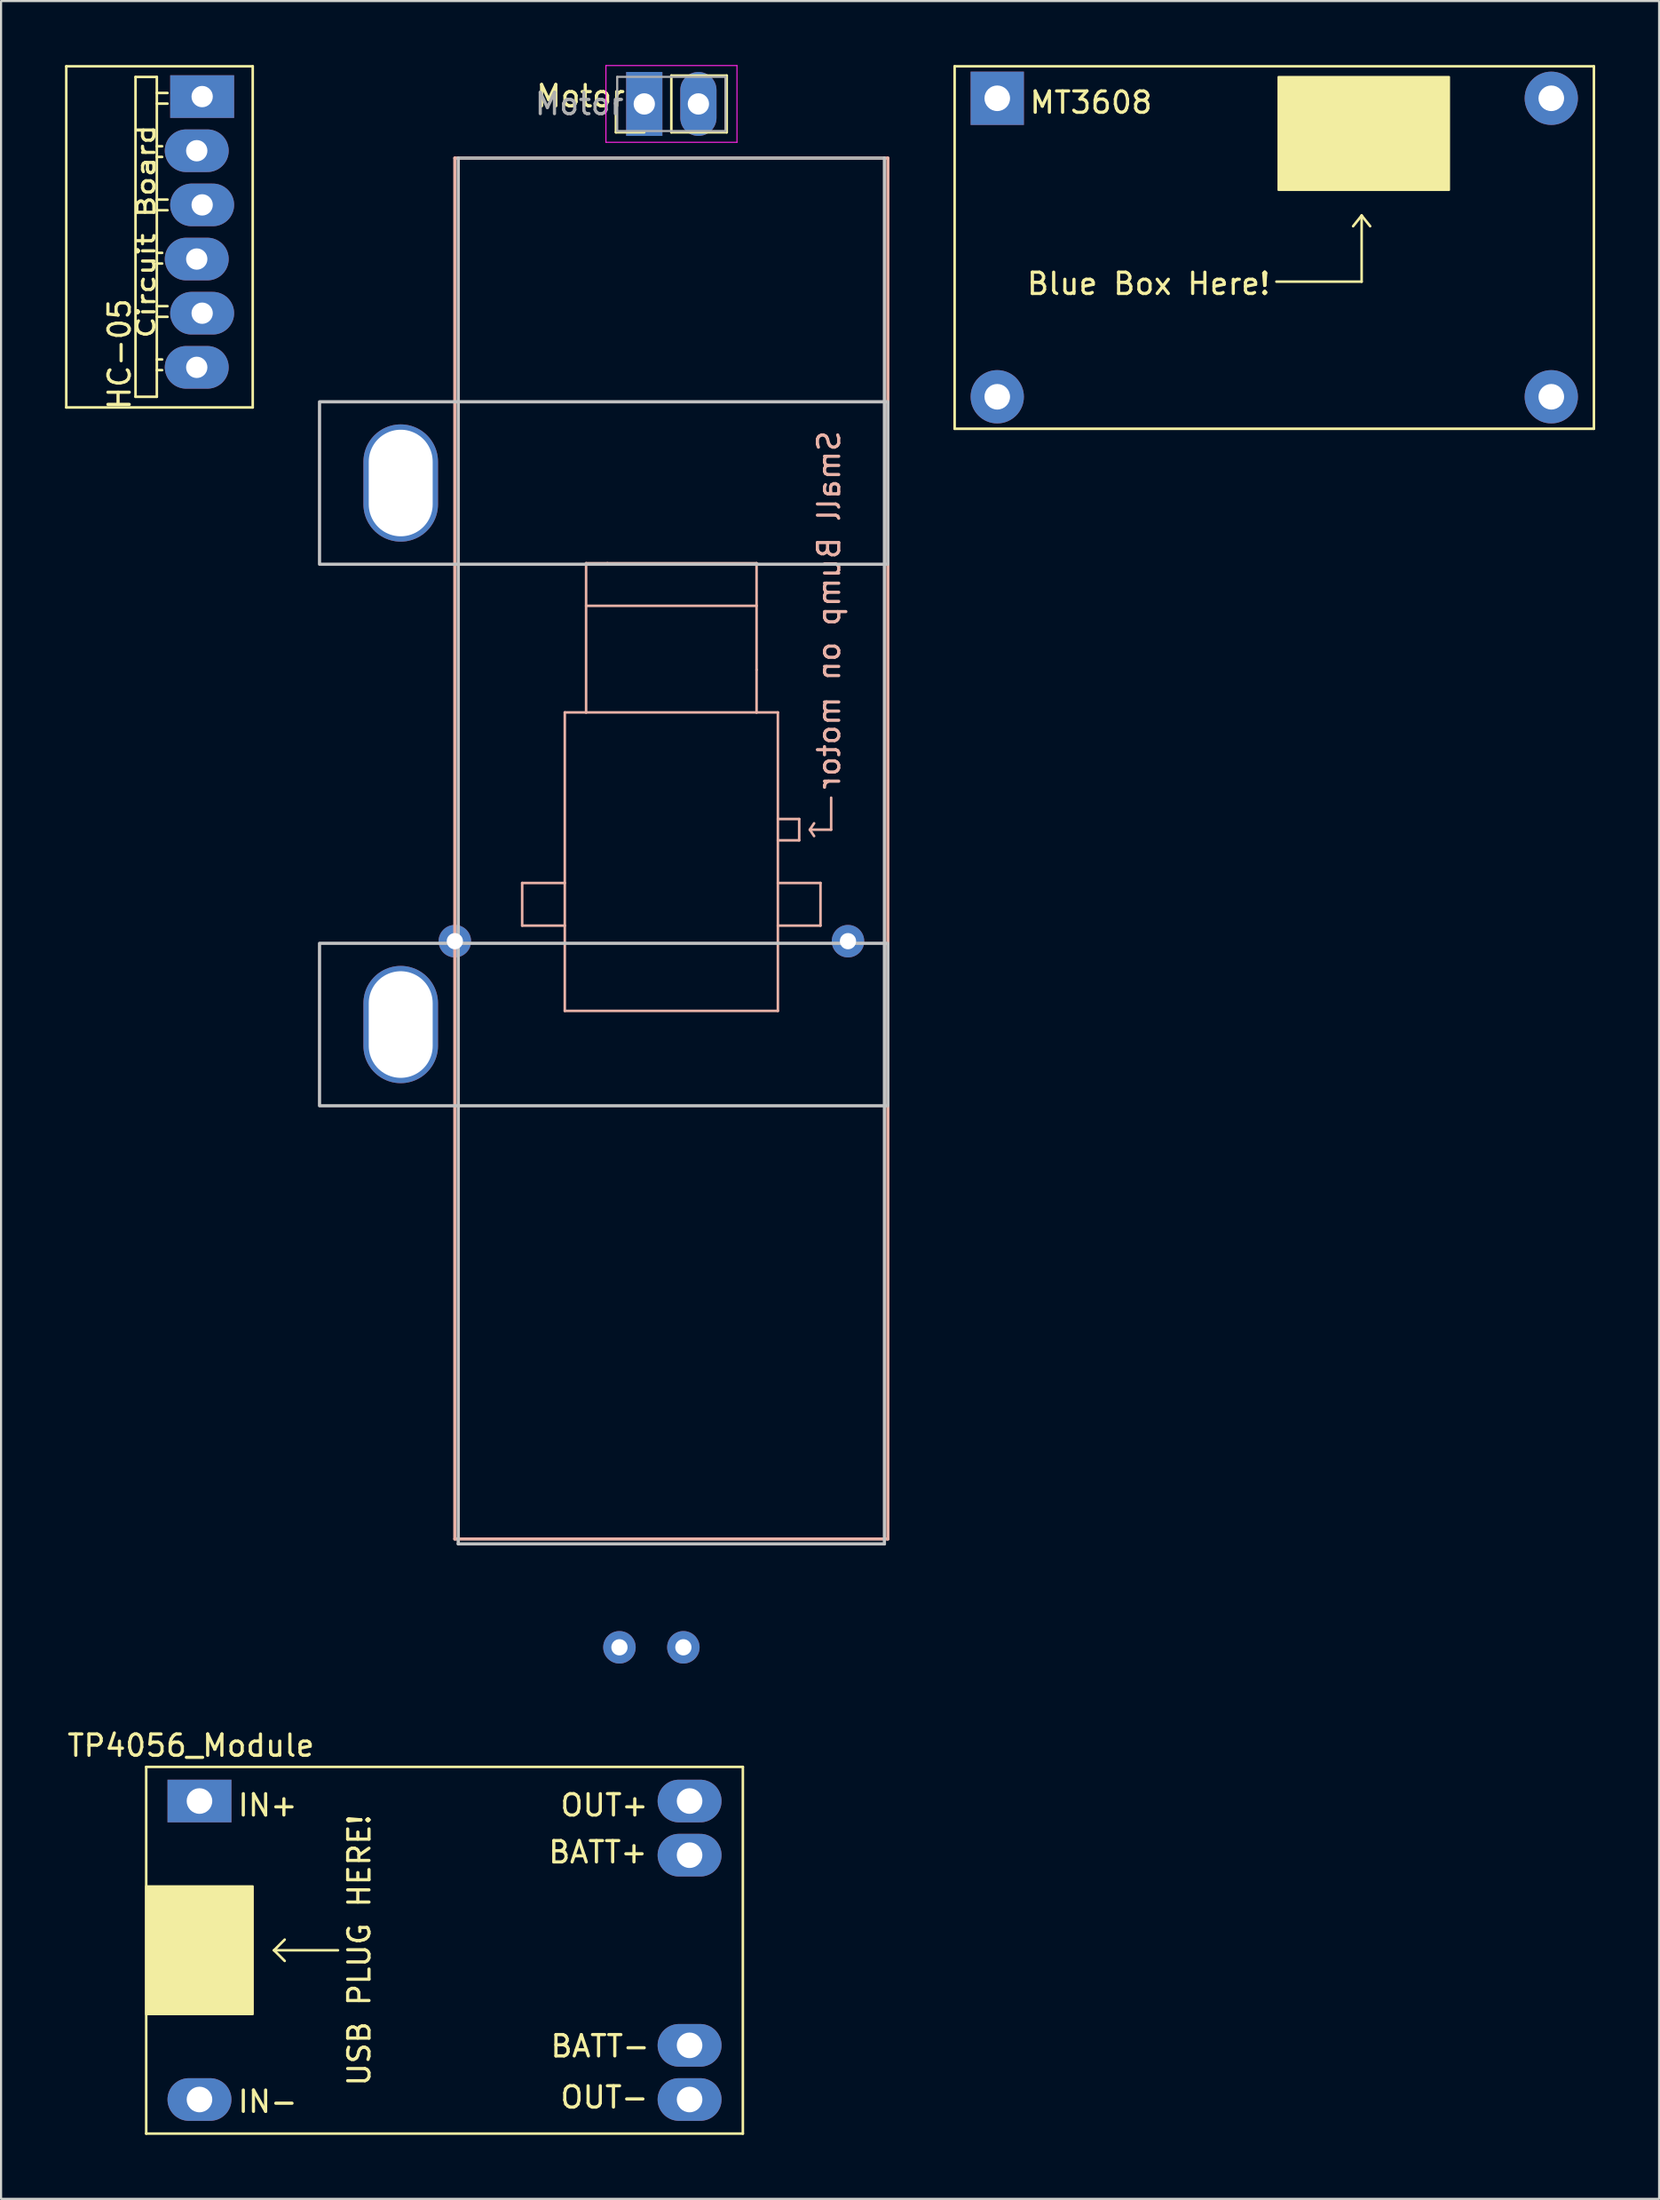
<source format=kicad_pcb>
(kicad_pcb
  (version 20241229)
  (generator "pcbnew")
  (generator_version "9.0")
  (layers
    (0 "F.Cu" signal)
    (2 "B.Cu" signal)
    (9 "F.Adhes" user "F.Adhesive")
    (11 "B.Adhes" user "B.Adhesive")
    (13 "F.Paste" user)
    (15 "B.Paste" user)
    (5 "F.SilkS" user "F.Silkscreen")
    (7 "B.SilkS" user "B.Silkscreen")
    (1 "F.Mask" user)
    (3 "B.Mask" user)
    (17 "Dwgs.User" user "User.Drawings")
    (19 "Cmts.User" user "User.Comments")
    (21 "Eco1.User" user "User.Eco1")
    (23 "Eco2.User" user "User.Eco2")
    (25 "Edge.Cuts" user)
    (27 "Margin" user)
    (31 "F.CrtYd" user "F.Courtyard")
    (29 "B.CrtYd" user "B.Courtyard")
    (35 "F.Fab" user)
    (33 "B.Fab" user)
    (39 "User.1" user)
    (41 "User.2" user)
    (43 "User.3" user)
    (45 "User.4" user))
  (footprint "HC-05"
    (layer "F.Cu")
    (at 6.31 6.56)
    (property "Reference" "HC-05" (at -3.75 7 90) (layer "F.SilkS") (effects (font (size 1 1) (thickness 0.15))))
    (attr through_hole)
    (fp_line (start -6.25 -6.5) (end 2.5 -6.5) (stroke (width 0.12) (type solid)) (layer "F.SilkS"))
    (fp_line (start -6.25 9.5) (end -6.25 -6.5) (stroke (width 0.12) (type solid)) (layer "F.SilkS"))
    (fp_line (start -3 -6) (end -3 9) (stroke (width 0.12) (type solid)) (layer "F.SilkS"))
    (fp_line (start -3 9) (end -2 9) (stroke (width 0.12) (type solid)) (layer "F.SilkS"))
    (fp_line (start -2 -6) (end -3 -6) (stroke (width 0.12) (type solid)) (layer "F.SilkS"))
    (fp_line (start -2 -5.25) (end -1.5 -5.25) (stroke (width 0.12) (type solid)) (layer "F.SilkS"))
    (fp_line (start -2 -4.75) (end -1.5 -4.75) (stroke (width 0.12) (type solid)) (layer "F.SilkS"))
    (fp_line (start -2 -2.75) (end -1.75 -2.75) (stroke (width 0.12) (type solid)) (layer "F.SilkS"))
    (fp_line (start -2 -2.25) (end -1.75 -2.25) (stroke (width 0.12) (type solid)) (layer "F.SilkS"))
    (fp_line (start -2 -0.25) (end -1.5 -0.25) (stroke (width 0.12) (type solid)) (layer "F.SilkS"))
    (fp_line (start -2 0.25) (end -1.5 0.25) (stroke (width 0.12) (type solid)) (layer "F.SilkS"))
    (fp_line (start -2 2.25) (end -1.75 2.25) (stroke (width 0.12) (type solid)) (layer "F.SilkS"))
    (fp_line (start -2 2.75) (end -1.75 2.75) (stroke (width 0.12) (type solid)) (layer "F.SilkS"))
    (fp_line (start -2 4.75) (end -1.5 4.75) (stroke (width 0.12) (type solid)) (layer "F.SilkS"))
    (fp_line (start -2 5.25) (end -1.5 5.25) (stroke (width 0.12) (type solid)) (layer "F.SilkS"))
    (fp_line (start -2 7.25) (end -1.75 7.25) (stroke (width 0.12) (type solid)) (layer "F.SilkS"))
    (fp_line (start -2 7.75) (end -1.75 7.75) (stroke (width 0.12) (type solid)) (layer "F.SilkS"))
    (fp_line (start -2 9) (end -2 -6) (stroke (width 0.12) (type solid)) (layer "F.SilkS"))
    (fp_line (start 2.5 -6.5) (end 2.5 9.5) (stroke (width 0.12) (type solid)) (layer "F.SilkS"))
    (fp_line (start 2.5 9.5) (end -6.25 9.5) (stroke (width 0.12) (type solid)) (layer "F.SilkS"))
    (fp_text user "Circuit Board" (at -2.5 1.25 90) (layer "F.SilkS") (effects (font (size 0.8 1) (thickness 0.15))))
    (pad "1" thru_hole rect (at 0.127 -5.08) (size 3 2) (drill 1) (layers "*.Cu" "*.Mask"))
    (pad "2" thru_hole oval (at -0.127 -2.54) (size 3 2) (drill 1) (layers "*.Cu" "*.Mask"))
    (pad "3" thru_hole oval (at 0.127 0) (size 3 2) (drill 1) (layers "*.Cu" "*.Mask"))
    (pad "4" thru_hole oval (at -0.127 2.54) (size 3 2) (drill 1) (layers "*.Cu" "*.Mask"))
    (pad "5" thru_hole oval (at 0.127 5.08) (size 3 2) (drill 1) (layers "*.Cu" "*.Mask"))
    (pad "6" thru_hole oval (at -0.127 7.62) (size 3 2) (drill 1) (layers "*.Cu" "*.Mask")))
  (footprint "TP4056_Module"
    (layer "F.Cu")
    (at 17.811 88.425)
    (property "Reference" "TP4056_Module" (at -11.9 -9.6 0) (layer "F.SilkS") (effects (font (size 1 1) (thickness 0.15))))
    (attr through_hole)
    (fp_line (start -14 -8.6) (end 14 -8.6) (stroke (width 0.12) (type solid)) (layer "F.SilkS"))
    (fp_line (start -14 8.6) (end -14 -8.6) (stroke (width 0.12) (type solid)) (layer "F.SilkS"))
    (fp_line (start -8 0) (end -7.5 -0.5) (stroke (width 0.12) (type solid)) (layer "F.SilkS"))
    (fp_line (start -8 0) (end -7.5 0.5) (stroke (width 0.12) (type solid)) (layer "F.SilkS"))
    (fp_line (start -5 0) (end -8 0) (stroke (width 0.12) (type solid)) (layer "F.SilkS"))
    (fp_line (start 14 -8.6) (end 14 8.6) (stroke (width 0.12) (type solid)) (layer "F.SilkS"))
    (fp_line (start 14 8.6) (end -14 8.6) (stroke (width 0.12) (type solid)) (layer "F.SilkS"))
    (fp_poly (pts (xy -14 -3) (xy -9 -3) (xy -9 3) (xy -14 3)) (stroke (width 0.1) (type solid)) (fill yes) (layer "F.SilkS"))
    (fp_text user "BATT+" (at 7.2 -4.6 0) (layer "F.SilkS") (effects (font (size 1 1) (thickness 0.15))))
    (fp_text user "OUT-" (at 7.5 6.9 0) (layer "F.SilkS") (effects (font (size 1 1) (thickness 0.15))))
    (fp_text user "USB PLUG HERE!" (at -4 0 90) (unlocked yes) (layer "F.SilkS") (effects (font (size 1 1) (thickness 0.15))))
    (fp_text user "OUT+" (at 7.5 -6.8 0) (layer "F.SilkS") (effects (font (size 1 1) (thickness 0.15))))
    (fp_text user "IN+" (at -8.3 -6.8 0) (layer "F.SilkS") (effects (font (size 1 1) (thickness 0.15))))
    (fp_text user "IN-" (at -8.3 7.1 0) (layer "F.SilkS") (effects (font (size 1 1) (thickness 0.15))))
    (fp_text user "BATT-" (at 7.3 4.5 0) (layer "F.SilkS") (effects (font (size 1 1) (thickness 0.15))))
    (pad "1" thru_hole rect (at -11.5 -7) (size 3 2) (drill 1.2) (layers "*.Cu" "*.Mask"))
    (pad "2" thru_hole oval (at -11.5 7) (size 3 2) (drill 1.2) (layers "*.Cu" "*.Mask"))
    (pad "3" thru_hole oval (at 11.5 -7) (size 3 2) (drill 1.2) (layers "*.Cu" "*.Mask"))
    (pad "4" thru_hole oval (at 11.5 -4.46) (size 3 2) (drill 1.2) (layers "*.Cu" "*.Mask"))
    (pad "5" thru_hole oval (at 11.5 4.46) (size 3 2) (drill 1.2) (layers "*.Cu" "*.Mask"))
    (pad "6" thru_hole oval (at 11.5 7) (size 3 2) (drill 1.2) (layers "*.Cu" "*.Mask")))
  (footprint "MT3608"
    (layer "F.Cu")
    (at 56.75 8.56)
    (property "Reference" "MT3608" (at -8.6 -6.8 0) (layer "F.SilkS") (effects (font (size 1 1) (thickness 0.15))))
    (attr through_hole)
    (fp_line (start -15 -8.5) (end 15 -8.5) (stroke (width 0.12) (type solid)) (layer "F.SilkS"))
    (fp_line (start -15 8.5) (end -15 -8.5) (stroke (width 0.12) (type solid)) (layer "F.SilkS"))
    (fp_line (start 0.1 1.6) (end 4.1 1.6) (stroke (width 0.12) (type solid)) (layer "F.SilkS"))
    (fp_line (start 4.1 -1.5) (end 3.7 -1) (stroke (width 0.12) (type solid)) (layer "F.SilkS"))
    (fp_line (start 4.1 -1.5) (end 4.5 -1) (stroke (width 0.12) (type solid)) (layer "F.SilkS"))
    (fp_line (start 4.1 1.6) (end 4.1 -1.5) (stroke (width 0.12) (type solid)) (layer "F.SilkS"))
    (fp_line (start 15 -8.5) (end 15 8.5) (stroke (width 0.12) (type solid)) (layer "F.SilkS"))
    (fp_line (start 15 8.5) (end -15 8.5) (stroke (width 0.12) (type solid)) (layer "F.SilkS"))
    (fp_poly (pts (xy 0.2 -8) (xy 8.2 -8) (xy 8.2 -2.7) (xy 0.2 -2.7)) (stroke (width 0.1) (type solid)) (fill yes) (layer "F.SilkS"))
    (fp_text user "Blue Box Here!" (at -5.9 1.7 0) (layer "F.SilkS") (effects (font (size 1 1) (thickness 0.15))))
    (pad "1" thru_hole rect (at -13 -7) (size 2.5 2.5) (drill 1.2) (layers "*.Cu" "*.Mask"))
    (pad "2" thru_hole circle (at -13 7) (size 2.5 2.5) (drill 1.2) (layers "*.Cu" "*.Mask"))
    (pad "3" thru_hole circle (at 13 -7) (size 2.5 2.5) (drill 1.2) (layers "*.Cu" "*.Mask"))
    (pad "4" thru_hole circle (at 13 7) (size 2.5 2.5) (drill 1.2) (layers "*.Cu" "*.Mask")))
  (footprint "Motor"
    (layer "F.Cu")
    (at 28.455 4.365)
    (property "Reference" "Motor" (at -4.255 -2.908 0) (layer "F.SilkS") (effects (font (size 1 1) (thickness 0.15))))
    (attr through_hole)
    (fp_line (start -2.6 -1.21) (end -2.6 -2.54) (stroke (width 0.12) (type solid)) (layer "F.SilkS"))
    (fp_line (start -1.27 -1.21) (end -2.6 -1.21) (stroke (width 0.12) (type solid)) (layer "F.SilkS"))
    (fp_line (start 0 -3.87) (end 0 -1.21) (stroke (width 0.12) (type solid)) (layer "F.SilkS"))
    (fp_line (start 0 -1.21) (end 2.6 -1.21) (stroke (width 0.12) (type solid)) (layer "F.SilkS"))
    (fp_line (start 2.6 -3.87) (end 0 -3.87) (stroke (width 0.12) (type solid)) (layer "F.SilkS"))
    (fp_line (start 2.6 -1.21) (end 2.6 -3.87) (stroke (width 0.12) (type solid)) (layer "F.SilkS"))
    (fp_line (start -10.16 0) (end 10.16 0) (stroke (width 0.15) (type solid)) (layer "B.SilkS"))
    (fp_line (start -10.16 64.77) (end -10.16 0) (stroke (width 0.15) (type solid)) (layer "B.SilkS"))
    (fp_line (start -7 34) (end -5 34) (stroke (width 0.12) (type solid)) (layer "B.SilkS"))
    (fp_line (start -7 36) (end -7 34) (stroke (width 0.12) (type solid)) (layer "B.SilkS"))
    (fp_line (start -5 26) (end -5 40) (stroke (width 0.12) (type solid)) (layer "B.SilkS"))
    (fp_line (start -5 36) (end -7 36) (stroke (width 0.12) (type solid)) (layer "B.SilkS"))
    (fp_line (start -5 40) (end 5 40) (stroke (width 0.12) (type solid)) (layer "B.SilkS"))
    (fp_line (start -4 19) (end -3 19) (stroke (width 0.12) (type solid)) (layer "B.SilkS"))
    (fp_line (start -4 26) (end -5 26) (stroke (width 0.12) (type solid)) (layer "B.SilkS"))
    (fp_line (start -4 26) (end -4 19) (stroke (width 0.12) (type solid)) (layer "B.SilkS"))
    (fp_line (start -3 19) (end 4 19) (stroke (width 0.12) (type solid)) (layer "B.SilkS"))
    (fp_line (start 4 19) (end 4 24) (stroke (width 0.12) (type solid)) (layer "B.SilkS"))
    (fp_line (start 4 21) (end -4 21) (stroke (width 0.12) (type solid)) (layer "B.SilkS"))
    (fp_line (start 4 24) (end 4 26) (stroke (width 0.12) (type solid)) (layer "B.SilkS"))
    (fp_line (start 4 26) (end -4 26) (stroke (width 0.12) (type solid)) (layer "B.SilkS"))
    (fp_line (start 5 26) (end 4 26) (stroke (width 0.12) (type solid)) (layer "B.SilkS"))
    (fp_line (start 5 31) (end 6 31) (stroke (width 0.12) (type solid)) (layer "B.SilkS"))
    (fp_line (start 5 34) (end 7 34) (stroke (width 0.12) (type solid)) (layer "B.SilkS"))
    (fp_line (start 5 40) (end 5 26) (stroke (width 0.12) (type solid)) (layer "B.SilkS"))
    (fp_line (start 6 31) (end 6 32) (stroke (width 0.12) (type solid)) (layer "B.SilkS"))
    (fp_line (start 6 32) (end 5 32) (stroke (width 0.12) (type solid)) (layer "B.SilkS"))
    (fp_line (start 6.5 31.5) (end 6.7 31.2) (stroke (width 0.12) (type solid)) (layer "B.SilkS"))
    (fp_line (start 6.5 31.5) (end 6.7 31.8) (stroke (width 0.12) (type solid)) (layer "B.SilkS"))
    (fp_line (start 7 34) (end 7 36) (stroke (width 0.12) (type solid)) (layer "B.SilkS"))
    (fp_line (start 7 36) (end 5 36) (stroke (width 0.12) (type solid)) (layer "B.SilkS"))
    (fp_line (start 7.5 30) (end 7.5 31.5) (stroke (width 0.12) (type solid)) (layer "B.SilkS"))
    (fp_line (start 7.5 31.5) (end 6.5 31.5) (stroke (width 0.12) (type solid)) (layer "B.SilkS"))
    (fp_line (start 10.16 0) (end 10.16 64.77) (stroke (width 0.15) (type solid)) (layer "B.SilkS"))
    (fp_line (start 10.16 64.77) (end -10.16 64.77) (stroke (width 0.15) (type solid)) (layer "B.SilkS"))
    (fp_line (start -10 0) (end -10 65) (stroke (width 0.15) (type solid)) (layer "Dwgs.User"))
    (fp_line (start 10 0) (end 10 65) (stroke (width 0.15) (type solid)) (layer "Dwgs.User"))
    (fp_line (start 10 65) (end -10 65) (stroke (width 0.15) (type solid)) (layer "Dwgs.User"))
    (fp_poly (pts (xy -16.51 11.43) (xy -16.51 19.05) (xy 10.16 19.05) (xy 10.16 11.43)) (stroke (width 0.15) (type solid)) (fill no) (layer "Dwgs.User"))
    (fp_poly (pts (xy -16.51 36.83) (xy 10.16 36.83) (xy 10.16 44.45) (xy -16.51 44.45)) (stroke (width 0.15) (type solid)) (fill no) (layer "Dwgs.User"))
    (fp_line (start -3.07 -4.34) (end -3.07 -0.74) (stroke (width 0.05) (type solid)) (layer "F.CrtYd"))
    (fp_line (start -3.07 -0.74) (end 3.08 -0.74) (stroke (width 0.05) (type solid)) (layer "F.CrtYd"))
    (fp_line (start 3.08 -4.34) (end -3.07 -4.34) (stroke (width 0.05) (type solid)) (layer "F.CrtYd"))
    (fp_line (start 3.08 -0.74) (end 3.08 -4.34) (stroke (width 0.05) (type solid)) (layer "F.CrtYd"))
    (fp_line (start -2.54 -3.81) (end -2.54 -1.27) (stroke (width 0.1) (type solid)) (layer "F.Fab"))
    (fp_line (start -2.54 -1.27) (end 2.54 -1.27) (stroke (width 0.1) (type solid)) (layer "F.Fab"))
    (fp_line (start 2.54 -3.81) (end -2.54 -3.81) (stroke (width 0.1) (type solid)) (layer "F.Fab"))
    (fp_line (start 2.54 -1.27) (end 2.54 -3.81) (stroke (width 0.1) (type solid)) (layer "F.Fab"))
    (fp_line (start 10 0) (end -10 0) (stroke (width 0.15) (type solid)) (layer "F.Fab"))
    (fp_text user "Small Bump on motor" (at 7.4 21.2 90) (layer "B.SilkS") (effects (font (size 1 1) (thickness 0.15)) (justify mirror)))
    (fp_text user "${REFERENCE}" (at -4.318 -2.54 0) (layer "F.Fab") (effects (font (size 1 1) (thickness 0.15))))
    (pad "" thru_hole oval (at -12.7 15.24) (size 3.5 5.5) (drill oval 3 5) (layers "*.Cu" "*.Mask"))
    (pad "" thru_hole oval (at -12.7 40.64) (size 3.5 5.5) (drill oval 3 5) (layers "*.Cu" "*.Mask"))
    (pad "" thru_hole circle (at -10.16 36.73) (size 1.524 1.524) (drill 0.762) (layers "*.Cu" "*.Mask"))
    (pad "" thru_hole circle (at -2.435 69.85) (size 1.524 1.524) (drill 0.762) (layers "*.Cu" "*.Mask"))
    (pad "" thru_hole circle (at 0.565 69.85) (size 1.524 1.524) (drill 0.762) (layers "*.Cu" "*.Mask"))
    (pad "" thru_hole circle (at 8.29 36.73) (size 1.524 1.524) (drill 0.762) (layers "*.Cu" "*.Mask"))
    (pad "1" thru_hole rect (at -1.27 -2.54 90) (size 3 1.7) (drill 1) (layers "*.Cu" "*.Mask"))
    (pad "2" thru_hole oval (at 1.27 -2.54 90) (size 3 1.7) (drill 1) (layers "*.Cu" "*.Mask")))
  (gr_rect
    (start -3 -3)
    (end 74.81 100.085)
    (stroke (width 0.1) (type default))
    (fill no)
    (layer "Edge.Cuts")))
</source>
